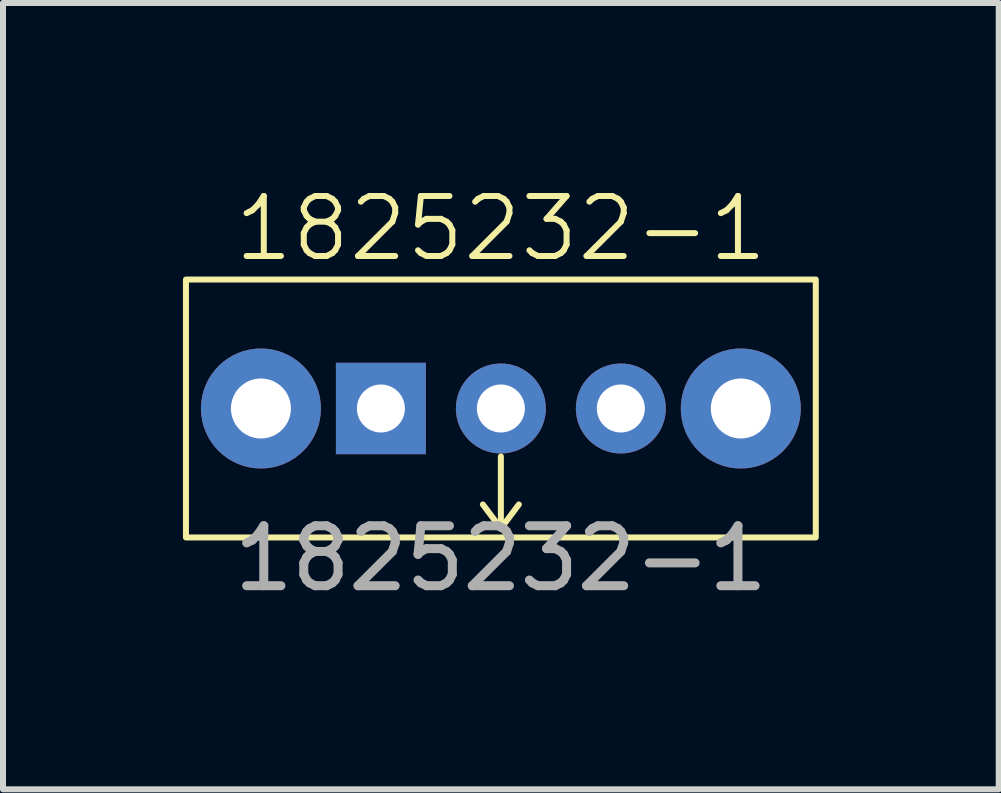
<source format=kicad_pcb>
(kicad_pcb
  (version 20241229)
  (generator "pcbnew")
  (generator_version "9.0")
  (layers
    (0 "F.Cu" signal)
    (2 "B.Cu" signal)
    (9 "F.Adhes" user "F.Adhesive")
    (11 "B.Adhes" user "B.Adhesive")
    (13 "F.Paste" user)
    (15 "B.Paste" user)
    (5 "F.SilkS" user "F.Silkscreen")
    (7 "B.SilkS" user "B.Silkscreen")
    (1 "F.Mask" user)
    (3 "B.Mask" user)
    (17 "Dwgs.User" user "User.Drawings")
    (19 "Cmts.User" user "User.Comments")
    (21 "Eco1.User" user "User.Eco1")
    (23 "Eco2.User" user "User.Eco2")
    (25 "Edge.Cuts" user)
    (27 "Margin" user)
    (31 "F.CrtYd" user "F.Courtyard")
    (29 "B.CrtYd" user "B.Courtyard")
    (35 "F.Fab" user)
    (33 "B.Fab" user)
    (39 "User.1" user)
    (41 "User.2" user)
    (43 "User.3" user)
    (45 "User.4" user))
  (footprint "1825232-1"
    (layer "F.Cu")
    (at 5.3 3.76)
    (property "Reference" "1825232-1" (at 0 -3 0) (unlocked yes) (layer "F.SilkS") (effects (font (size 1 1) (thickness 0.1))))
    (attr through_hole)
    (fp_line (start 0 0.8) (end 0 2) (stroke (width 0.1) (type default)) (layer "F.SilkS"))
    (fp_line (start 0 2) (end -0.3 1.6) (stroke (width 0.1) (type default)) (layer "F.SilkS"))
    (fp_line (start 0 2) (end 0.3 1.6) (stroke (width 0.1) (type default)) (layer "F.SilkS"))
    (fp_rect (start -5.25 -2.15) (end 5.25 2.15) (stroke (width 0.1) (type default)) (fill no) (layer "F.SilkS"))
    (fp_text user "${REFERENCE}" (at 0 2.5 0) (unlocked yes) (layer "F.Fab") (effects (font (size 1 1) (thickness 0.15))))
    (pad "1" thru_hole rect (at -2 0) (size 1.5 1.524) (drill 0.8) (layers "*.Cu" "*.Mask"))
    (pad "2" thru_hole circle (at 0 0) (size 1.5 1.5) (drill 0.8) (layers "*.Cu" "*.Mask"))
    (pad "3" thru_hole circle (at 2 0) (size 1.5 1.5) (drill 0.8) (layers "*.Cu" "*.Mask"))
    (pad "4" thru_hole circle (at -4 0) (size 2 2) (drill 1) (layers "*.Cu" "*.Mask"))
    (pad "4" thru_hole circle (at 4 0) (size 2 2) (drill 1) (layers "*.Cu" "*.Mask")))
  (gr_rect
    (start -3 -3)
    (end 13.6 10.109)
    (stroke (width 0.1) (type default))
    (fill no)
    (layer "Edge.Cuts")))
</source>
